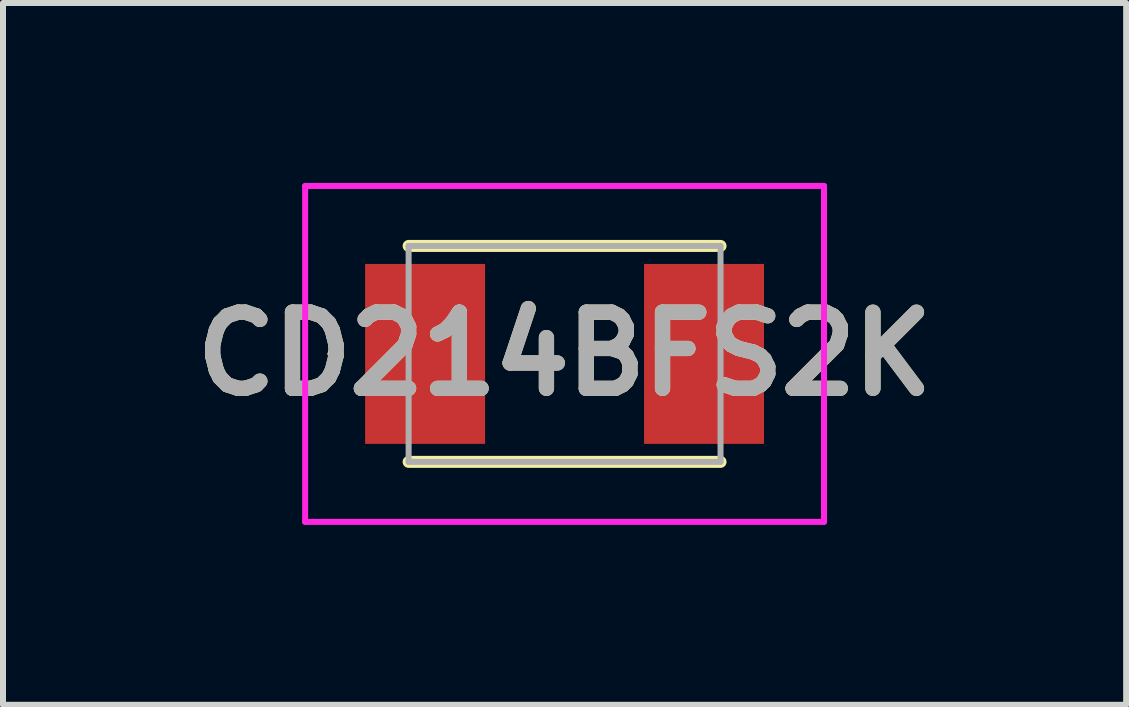
<source format=kicad_pcb>
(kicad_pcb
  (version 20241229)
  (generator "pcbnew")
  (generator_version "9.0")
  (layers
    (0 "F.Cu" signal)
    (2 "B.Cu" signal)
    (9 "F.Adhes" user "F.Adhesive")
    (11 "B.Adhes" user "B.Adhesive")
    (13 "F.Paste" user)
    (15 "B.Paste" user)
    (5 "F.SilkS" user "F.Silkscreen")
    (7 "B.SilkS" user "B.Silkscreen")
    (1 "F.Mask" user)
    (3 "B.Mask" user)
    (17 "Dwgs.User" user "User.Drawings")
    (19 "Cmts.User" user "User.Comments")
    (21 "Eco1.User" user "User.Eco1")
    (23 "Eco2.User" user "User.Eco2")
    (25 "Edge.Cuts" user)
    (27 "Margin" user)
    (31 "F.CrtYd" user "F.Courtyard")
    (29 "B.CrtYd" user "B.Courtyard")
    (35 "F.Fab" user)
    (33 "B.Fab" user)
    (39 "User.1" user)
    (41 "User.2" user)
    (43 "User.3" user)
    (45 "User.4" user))
  (footprint "CD214BFS2K"
    (layer "F.Cu")
    (at 6.362 2.85)
    (property "Reference" "CD214BFS2K" (at 0 0 0) (layer "F.SilkS") (effects (font (size 1.27 1.27) (thickness 0.254))))
    (attr smd)
    (fp_line (start -3.9 0) (end -3.9 0) (stroke (width 0.1) (type solid)) (layer "F.SilkS"))
    (fp_line (start -3.8 0) (end -3.8 0) (stroke (width 0.1) (type solid)) (layer "F.SilkS"))
    (fp_line (start -2.6 -1.8) (end 2.6 -1.8) (stroke (width 0.2) (type solid)) (layer "F.SilkS"))
    (fp_line (start -2.6 1.8) (end 2.6 1.8) (stroke (width 0.2) (type solid)) (layer "F.SilkS"))
    (fp_arc (start -3.9 0) (mid -3.85 -0.05) (end -3.8 0) (stroke (width 0.1) (type solid)) (layer "F.SilkS"))
    (fp_arc (start -3.8 0) (mid -3.85 0.05) (end -3.9 0) (stroke (width 0.1) (type solid)) (layer "F.SilkS"))
    (fp_line (start -4.325 -2.8) (end 4.325 -2.8) (stroke (width 0.1) (type solid)) (layer "F.CrtYd"))
    (fp_line (start -4.325 2.8) (end -4.325 -2.8) (stroke (width 0.1) (type solid)) (layer "F.CrtYd"))
    (fp_line (start 4.325 -2.8) (end 4.325 2.8) (stroke (width 0.1) (type solid)) (layer "F.CrtYd"))
    (fp_line (start 4.325 2.8) (end -4.325 2.8) (stroke (width 0.1) (type solid)) (layer "F.CrtYd"))
    (fp_line (start -2.6 -1.8) (end 2.6 -1.8) (stroke (width 0.1) (type solid)) (layer "F.Fab"))
    (fp_line (start -2.6 1.8) (end -2.6 -1.8) (stroke (width 0.1) (type solid)) (layer "F.Fab"))
    (fp_line (start 2.6 -1.8) (end 2.6 1.8) (stroke (width 0.1) (type solid)) (layer "F.Fab"))
    (fp_line (start 2.6 1.8) (end -2.6 1.8) (stroke (width 0.1) (type solid)) (layer "F.Fab"))
    (fp_text user "${REFERENCE}" (at 0 0 0) (layer "F.Fab") (effects (font (size 1.27 1.27) (thickness 0.254))))
    (pad "1" smd rect (at -2.325 0) (size 2 3) (layers "F.Cu" "F.Mask" "F.Paste"))
    (pad "2" smd rect (at 2.325 0) (size 2 3) (layers "F.Cu" "F.Mask" "F.Paste")))
  (gr_rect
    (start -3 -3)
    (end 15.724 8.7)
    (stroke (width 0.1) (type default))
    (fill no)
    (layer "Edge.Cuts")))
</source>
